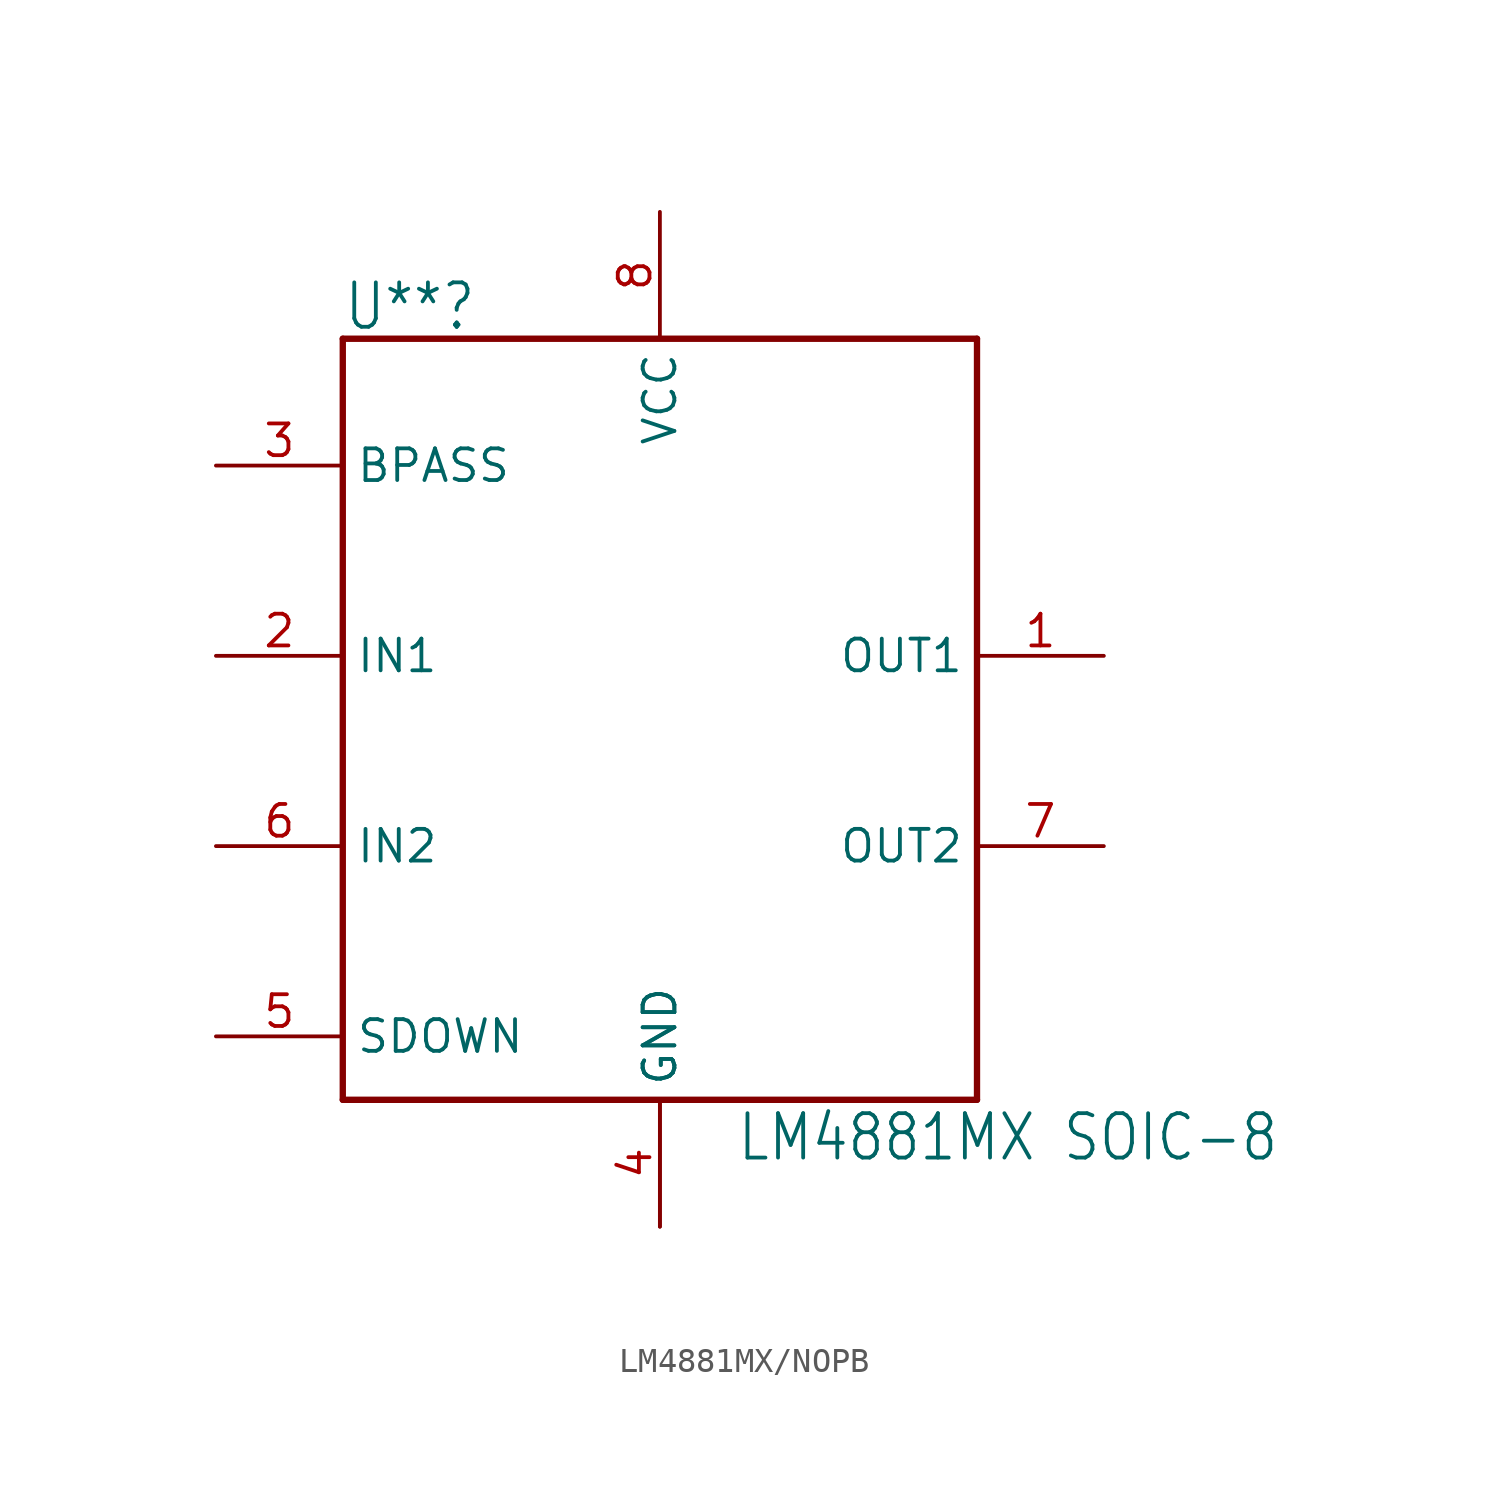
<source format=kicad_sym>
(kicad_symbol_lib
  (version 20231120)
  (generator "kicad_symbol_editor")
  (generator_version "8.0")
  (symbol "LM4881MX/NOPB"
    (property "Reference" "U**"
      (at -12.7 15.494 0)
      (effects (font (size 1.778 1.511)) (justify left bottom)))
    (property "Value" "LM4881MX SOIC-8"
      (at 3.048 -17.78 0)
      (effects (font (size 1.778 1.511)) (justify left bottom)))
    (property "ki_locked" ""
      (at 0 0 0)
      (effects (font (size 1.27 1.27))))
    (symbol "LM4881MX/NOPB_1_0"
      (polyline (pts (xy -12.7 -15.24) (xy -12.7 15.24)) (stroke (width 0.254) (type solid)) (fill (type none)))
      (polyline (pts (xy -12.7 15.24) (xy 12.7 15.24)) (stroke (width 0.254) (type solid)) (fill (type none)))
      (polyline (pts (xy 12.7 -15.24) (xy -12.7 -15.24)) (stroke (width 0.254) (type solid)) (fill (type none)))
      (polyline (pts (xy 12.7 15.24) (xy 12.7 -15.24)) (stroke (width 0.254) (type solid)) (fill (type none)))
      (pin bidirectional line (at 17.78 2.54 180) (length 5.08) (name "OUT1" (effects (font (size 1.27 1.27)))) (number "1" (effects (font (size 1.27 1.27)))))
      (pin bidirectional line (at -17.78 2.54 0) (length 5.08) (name "IN1" (effects (font (size 1.27 1.27)))) (number "2" (effects (font (size 1.27 1.27)))))
      (pin bidirectional line (at -17.78 10.16 0) (length 5.08) (name "BPASS" (effects (font (size 1.27 1.27)))) (number "3" (effects (font (size 1.27 1.27)))))
      (pin bidirectional line (at 0 -20.32 90) (length 5.08) (name "GND" (effects (font (size 1.27 1.27)))) (number "4" (effects (font (size 1.27 1.27)))))
      (pin bidirectional line (at -17.78 -12.7 0) (length 5.08) (name "SDOWN" (effects (font (size 1.27 1.27)))) (number "5" (effects (font (size 1.27 1.27)))))
      (pin bidirectional line (at -17.78 -5.08 0) (length 5.08) (name "IN2" (effects (font (size 1.27 1.27)))) (number "6" (effects (font (size 1.27 1.27)))))
      (pin bidirectional line (at 17.78 -5.08 180) (length 5.08) (name "OUT2" (effects (font (size 1.27 1.27)))) (number "7" (effects (font (size 1.27 1.27)))))
      (pin bidirectional line (at 0 20.32 270) (length 5.08) (name "VCC" (effects (font (size 1.27 1.27)))) (number "8" (effects (font (size 1.27 1.27)))))
      (pin bidirectional line (at 0 -20.32 90) (length 5.08) (name "GND" (effects (font (size 1.27 1.27)))) (number "9" (effects (font (size 0 0))))))))
</source>
